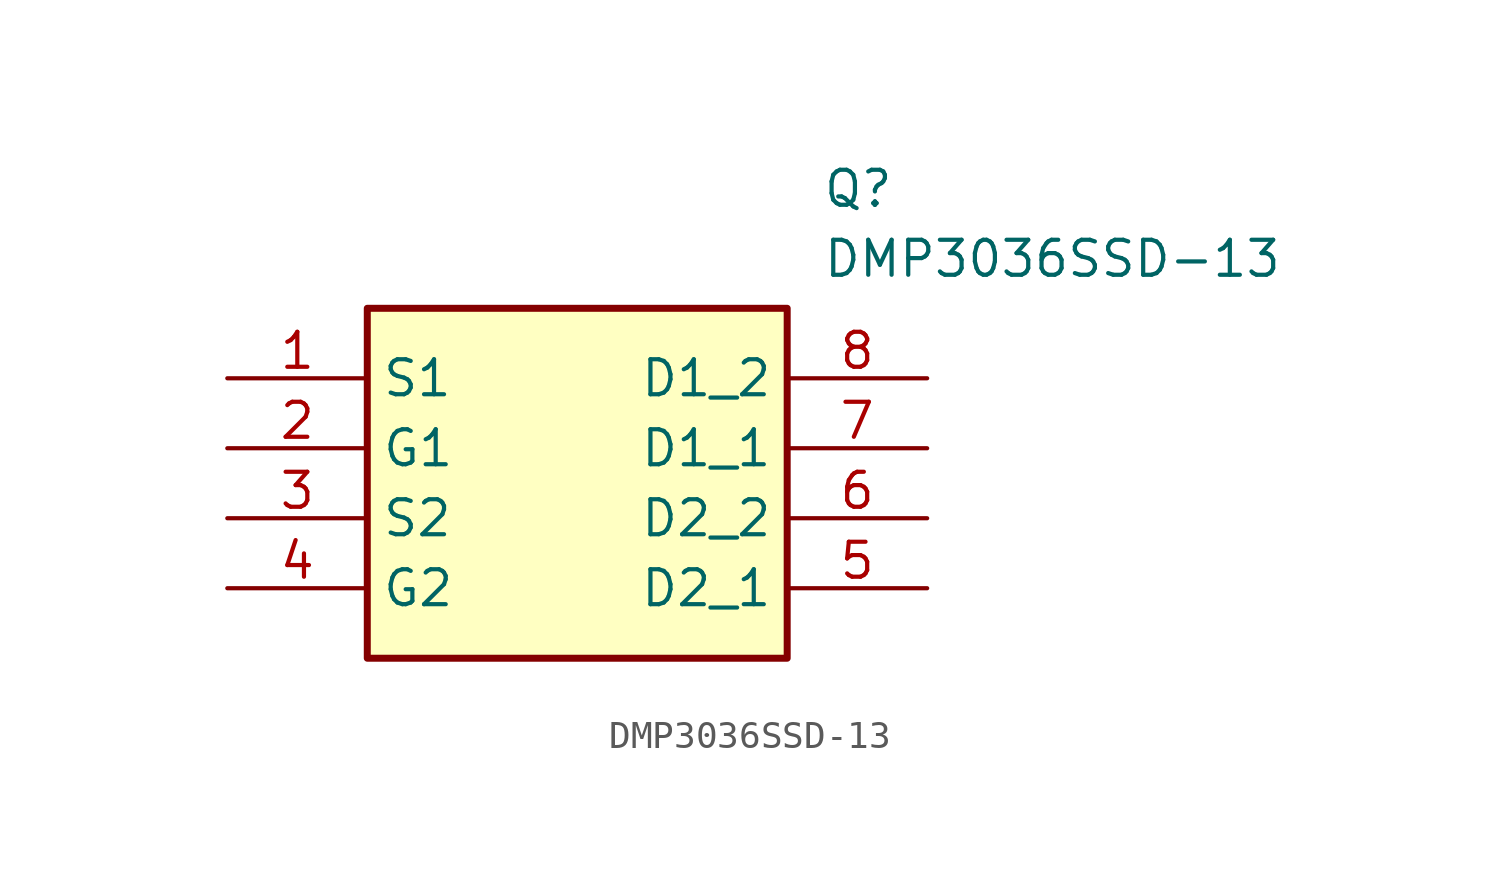
<source format=kicad_sym>
(kicad_symbol_lib
  (version 20211014)
  (generator SamacSys_ECAD_Model)
  (symbol "DMP3036SSD-13"
    (property "Reference" "Q"
      (at 21.59 7.62 0)
      (effects (font (size 1.27 1.27)) (justify left top)))
    (property "Value" "DMP3036SSD-13"
      (at 21.59 5.08 0)
      (effects (font (size 1.27 1.27)) (justify left top)))
    (rectangle
      (start 5.08 2.54)
      (end 20.32 -10.16)
      (stroke (width 0.254) (type default))
      (fill (type background)))
    (pin passive line
      (at 0 0 0)
      (length 5.08)
      (name "S1" (effects (font (size 1.27 1.27))))
      (number "1" (effects (font (size 1.27 1.27)))))
    (pin passive line
      (at 0 -2.54 0)
      (length 5.08)
      (name "G1" (effects (font (size 1.27 1.27))))
      (number "2" (effects (font (size 1.27 1.27)))))
    (pin passive line
      (at 0 -5.08 0)
      (length 5.08)
      (name "S2" (effects (font (size 1.27 1.27))))
      (number "3" (effects (font (size 1.27 1.27)))))
    (pin passive line
      (at 0 -7.62 0)
      (length 5.08)
      (name "G2" (effects (font (size 1.27 1.27))))
      (number "4" (effects (font (size 1.27 1.27)))))
    (pin passive line
      (at 25.4 0 180)
      (length 5.08)
      (name "D1_2" (effects (font (size 1.27 1.27))))
      (number "8" (effects (font (size 1.27 1.27)))))
    (pin passive line
      (at 25.4 -2.54 180)
      (length 5.08)
      (name "D1_1" (effects (font (size 1.27 1.27))))
      (number "7" (effects (font (size 1.27 1.27)))))
    (pin passive line
      (at 25.4 -5.08 180)
      (length 5.08)
      (name "D2_2" (effects (font (size 1.27 1.27))))
      (number "6" (effects (font (size 1.27 1.27)))))
    (pin passive line
      (at 25.4 -7.62 180)
      (length 5.08)
      (name "D2_1" (effects (font (size 1.27 1.27))))
      (number "5" (effects (font (size 1.27 1.27)))))))
</source>
